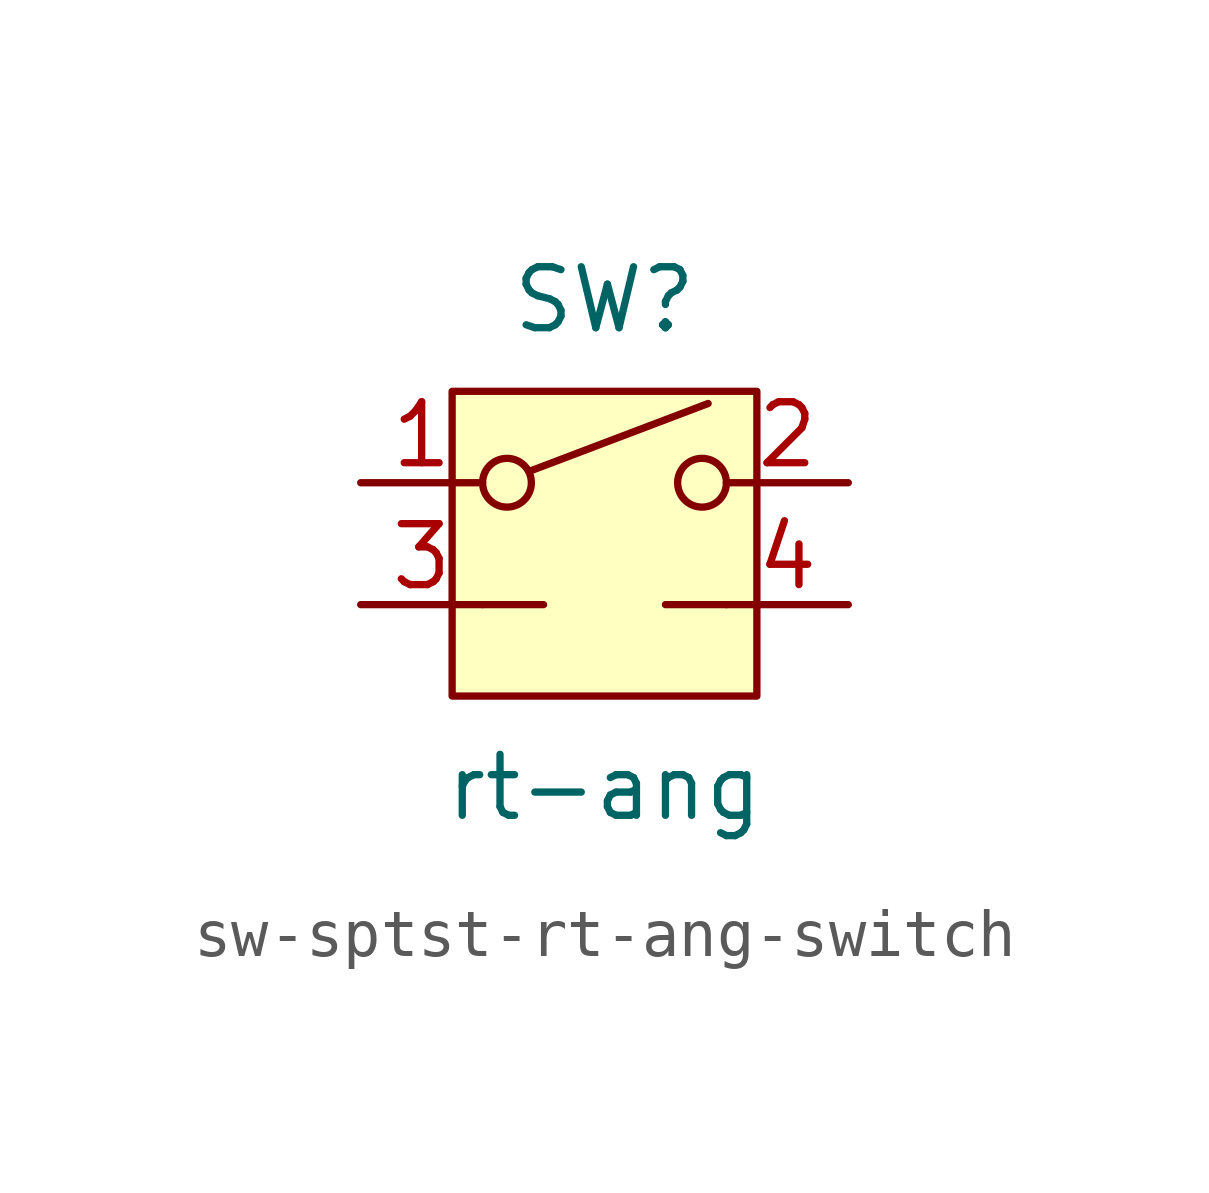
<source format=kicad_sym>
(kicad_symbol_lib
  (version 20241209)
  (generator "kicad_symbol_editor")
  (generator_version "9.0")
  (symbol "sw-sptst-rt-ang-switch"
    (pin_names
      (offset 1.016)
      (hide yes))
    (property "Reference" "SW"
      (at 0 6.35 0)
      (effects (font (size 1.27 1.27))))
    (property "Value" "rt-ang"
      (at 0 -3.81 0)
      (effects (font (size 1.27 1.27))))
    (symbol "sw-sptst-rt-ang-switch_0_1"
      (polyline (pts (xy -2.54 0) (xy -1.27 0)) (stroke (width 0) (type default)) (fill (type none)))
      (circle (center -2.032 2.54) (radius 0.508) (stroke (width 0) (type default)) (fill (type none)))
      (polyline (pts (xy -1.524 2.794) (xy 2.159 4.191)) (stroke (width 0) (type default)) (fill (type none)))
      (circle (center 2.032 2.54) (radius 0.508) (stroke (width 0) (type default)) (fill (type none)))
      (polyline (pts (xy 2.54 0) (xy 1.27 0)) (stroke (width 0) (type default)) (fill (type none)))
      (pin passive line (at -5.08 2.54 0) (length 2.54) (name "1" (effects (font (size 1.27 1.27)))) (number "1" (effects (font (size 1.27 1.27)))))
      (pin passive line (at -5.08 0 0) (length 2.54) (name "L" (effects (font (size 1.27 1.27)))) (number "3" (effects (font (size 1.27 1.27)))))
      (pin passive line (at 5.08 2.54 180) (length 2.54) (name "2" (effects (font (size 1.27 1.27)))) (number "2" (effects (font (size 1.27 1.27)))))
      (pin passive line (at 5.08 0 180) (length 2.54) (name "L" (effects (font (size 1.27 1.27)))) (number "4" (effects (font (size 1.27 1.27))))))
    (symbol "sw-sptst-rt-ang-switch_1_1"
      (rectangle (start -3.175 4.445) (end 3.175 -1.905) (stroke (width 0) (type default)) (fill (type background))))))
</source>
